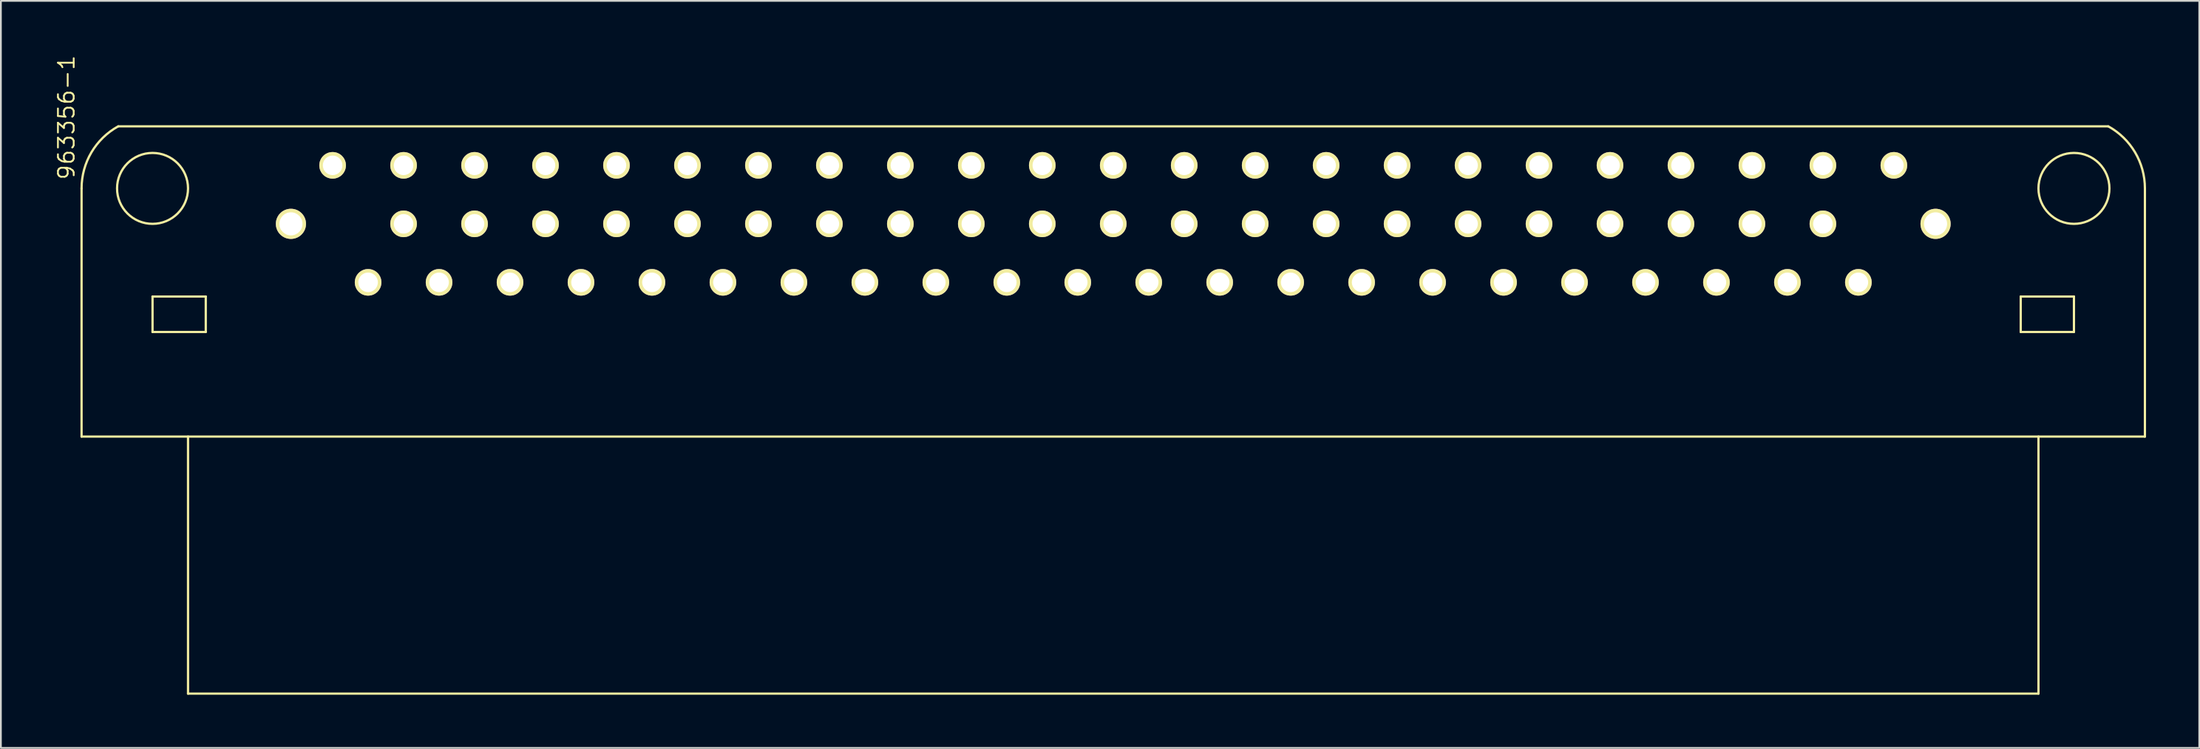
<source format=kicad_pcb>
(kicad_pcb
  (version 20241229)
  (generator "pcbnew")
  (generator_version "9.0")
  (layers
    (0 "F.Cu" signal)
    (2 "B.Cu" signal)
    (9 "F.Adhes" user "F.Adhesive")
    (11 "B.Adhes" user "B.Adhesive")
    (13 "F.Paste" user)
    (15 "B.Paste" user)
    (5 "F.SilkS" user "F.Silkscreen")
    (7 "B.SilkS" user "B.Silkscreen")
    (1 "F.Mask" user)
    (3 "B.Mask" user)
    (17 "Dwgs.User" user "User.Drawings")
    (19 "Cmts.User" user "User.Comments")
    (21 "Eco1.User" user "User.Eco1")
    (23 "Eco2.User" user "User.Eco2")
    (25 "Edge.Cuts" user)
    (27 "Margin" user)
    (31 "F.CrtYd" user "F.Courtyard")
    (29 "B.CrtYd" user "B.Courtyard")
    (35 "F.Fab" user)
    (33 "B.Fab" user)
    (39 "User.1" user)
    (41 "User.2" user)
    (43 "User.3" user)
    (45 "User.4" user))
  (footprint "963356-1"
    (layer "F.Cu")
    (at 59.698 9.577)
    (property "Reference" "963356-1" (at -59 -6 90) (layer "F.SilkS") (effects (font (size 0.889 0.889) (thickness 0.102))))
    (attr through_hole)
    (fp_line (start -58.15 12) (end -58.15 -2) (stroke (width 0.127) (type solid)) (layer "F.SilkS"))
    (fp_line (start -54.15 4.1) (end -54.15 6.1) (stroke (width 0.127) (type solid)) (layer "F.SilkS"))
    (fp_line (start -54.15 6.1) (end -51.15 6.1) (stroke (width 0.127) (type solid)) (layer "F.SilkS"))
    (fp_line (start -52.15 12) (end -52.15 26.5) (stroke (width 0.127) (type solid)) (layer "F.SilkS"))
    (fp_line (start -52.15 26.5) (end 52.15 26.5) (stroke (width 0.127) (type solid)) (layer "F.SilkS"))
    (fp_line (start -51.15 4.1) (end -54.15 4.1) (stroke (width 0.127) (type solid)) (layer "F.SilkS"))
    (fp_line (start -51.15 6.1) (end -51.15 4.1) (stroke (width 0.127) (type solid)) (layer "F.SilkS"))
    (fp_line (start 51.15 4.1) (end 54.15 4.1) (stroke (width 0.127) (type solid)) (layer "F.SilkS"))
    (fp_line (start 51.15 6.1) (end 51.15 4.1) (stroke (width 0.127) (type solid)) (layer "F.SilkS"))
    (fp_line (start 52.15 12) (end 52.15 26.5) (stroke (width 0.127) (type solid)) (layer "F.SilkS"))
    (fp_line (start 54.15 4.1) (end 54.15 6.1) (stroke (width 0.127) (type solid)) (layer "F.SilkS"))
    (fp_line (start 54.15 6.1) (end 51.15 6.1) (stroke (width 0.127) (type solid)) (layer "F.SilkS"))
    (fp_line (start 56.07 -5.5) (end -56.07 -5.5) (stroke (width 0.127) (type solid)) (layer "F.SilkS"))
    (fp_line (start 58.15 -2) (end 58.15 12) (stroke (width 0.127) (type solid)) (layer "F.SilkS"))
    (fp_line (start 58.15 12) (end -58.15 12) (stroke (width 0.127) (type solid)) (layer "F.SilkS"))
    (fp_arc (start -58.15 -2) (mid -57.596517 -4.030154) (end -56.089238 -5.498479) (stroke (width 0.127) (type solid)) (layer "F.SilkS"))
    (fp_arc (start 56.089238 -5.498479) (mid 57.596516 -4.030154) (end 58.15 -2) (stroke (width 0.127) (type solid)) (layer "F.SilkS"))
    (fp_circle (center -54.15 -2) (end -54.15 -4) (stroke (width 0.127) (type solid)) (fill no) (layer "F.SilkS"))
    (fp_circle (center 54.15 -2) (end 54.15 -4) (stroke (width 0.127) (type solid)) (fill no) (layer "F.SilkS"))
    (pad "1" thru_hole circle (at -46.35 0) (size 1.7 1.7) (drill 1.3) (layers "*.Cu" "*.Mask" "F.SilkS"))
    (pad "2" thru_hole circle (at -40 0) (size 1.5 1.5) (drill 1.101) (layers "*.Cu" "*.Mask" "F.SilkS"))
    (pad "3" thru_hole circle (at -36 0) (size 1.5 1.5) (drill 1.101) (layers "*.Cu" "*.Mask" "F.SilkS"))
    (pad "4" thru_hole circle (at -32 0) (size 1.5 1.5) (drill 1.101) (layers "*.Cu" "*.Mask" "F.SilkS"))
    (pad "5" thru_hole circle (at -28 0) (size 1.5 1.5) (drill 1.101) (layers "*.Cu" "*.Mask" "F.SilkS"))
    (pad "6" thru_hole circle (at -24 0) (size 1.5 1.5) (drill 1.101) (layers "*.Cu" "*.Mask" "F.SilkS"))
    (pad "7" thru_hole circle (at -20 0) (size 1.5 1.5) (drill 1.101) (layers "*.Cu" "*.Mask" "F.SilkS"))
    (pad "8" thru_hole circle (at -16 0) (size 1.5 1.5) (drill 1.101) (layers "*.Cu" "*.Mask" "F.SilkS"))
    (pad "9" thru_hole circle (at -12 0) (size 1.5 1.5) (drill 1.101) (layers "*.Cu" "*.Mask" "F.SilkS"))
    (pad "10" thru_hole circle (at -8 0) (size 1.5 1.5) (drill 1.101) (layers "*.Cu" "*.Mask" "F.SilkS"))
    (pad "11" thru_hole circle (at -4 0) (size 1.5 1.5) (drill 1.101) (layers "*.Cu" "*.Mask" "F.SilkS"))
    (pad "12" thru_hole circle (at 0 0) (size 1.5 1.5) (drill 1.101) (layers "*.Cu" "*.Mask" "F.SilkS"))
    (pad "13" thru_hole circle (at 4 0) (size 1.5 1.5) (drill 1.101) (layers "*.Cu" "*.Mask" "F.SilkS"))
    (pad "14" thru_hole circle (at 8 0) (size 1.5 1.5) (drill 1.101) (layers "*.Cu" "*.Mask" "F.SilkS"))
    (pad "15" thru_hole circle (at 12 0) (size 1.5 1.5) (drill 1.101) (layers "*.Cu" "*.Mask" "F.SilkS"))
    (pad "16" thru_hole circle (at 16 0) (size 1.5 1.5) (drill 1.101) (layers "*.Cu" "*.Mask" "F.SilkS"))
    (pad "17" thru_hole circle (at 20 0) (size 1.5 1.5) (drill 1.101) (layers "*.Cu" "*.Mask" "F.SilkS"))
    (pad "18" thru_hole circle (at 24 0) (size 1.5 1.5) (drill 1.101) (layers "*.Cu" "*.Mask" "F.SilkS"))
    (pad "19" thru_hole circle (at 28 0) (size 1.5 1.5) (drill 1.101) (layers "*.Cu" "*.Mask" "F.SilkS"))
    (pad "20" thru_hole circle (at 32 0) (size 1.5 1.5) (drill 1.101) (layers "*.Cu" "*.Mask" "F.SilkS"))
    (pad "21" thru_hole circle (at 36 0) (size 1.5 1.5) (drill 1.101) (layers "*.Cu" "*.Mask" "F.SilkS"))
    (pad "22" thru_hole circle (at 40 0) (size 1.5 1.5) (drill 1.101) (layers "*.Cu" "*.Mask" "F.SilkS"))
    (pad "23" thru_hole circle (at 46.35 0) (size 1.7 1.7) (drill 1.3) (layers "*.Cu" "*.Mask" "F.SilkS"))
    (pad "24" thru_hole circle (at -42 3.3 180) (size 1.5 1.5) (drill 1.101) (layers "*.Cu" "*.Mask" "F.SilkS"))
    (pad "25" thru_hole circle (at -38 3.3 180) (size 1.5 1.5) (drill 1.101) (layers "*.Cu" "*.Mask" "F.SilkS"))
    (pad "26" thru_hole circle (at -34 3.3 180) (size 1.5 1.5) (drill 1.101) (layers "*.Cu" "*.Mask" "F.SilkS"))
    (pad "27" thru_hole circle (at -30 3.3 180) (size 1.5 1.5) (drill 1.101) (layers "*.Cu" "*.Mask" "F.SilkS"))
    (pad "28" thru_hole circle (at -26 3.3 180) (size 1.5 1.5) (drill 1.101) (layers "*.Cu" "*.Mask" "F.SilkS"))
    (pad "29" thru_hole circle (at -22 3.3 180) (size 1.5 1.5) (drill 1.101) (layers "*.Cu" "*.Mask" "F.SilkS"))
    (pad "30" thru_hole circle (at -18 3.3 180) (size 1.5 1.5) (drill 1.101) (layers "*.Cu" "*.Mask" "F.SilkS"))
    (pad "31" thru_hole circle (at -14 3.3 180) (size 1.5 1.5) (drill 1.101) (layers "*.Cu" "*.Mask" "F.SilkS"))
    (pad "32" thru_hole circle (at -10 3.3 180) (size 1.5 1.5) (drill 1.101) (layers "*.Cu" "*.Mask" "F.SilkS"))
    (pad "33" thru_hole circle (at -6 3.3 180) (size 1.5 1.5) (drill 1.101) (layers "*.Cu" "*.Mask" "F.SilkS"))
    (pad "34" thru_hole circle (at -2 3.3 180) (size 1.5 1.5) (drill 1.101) (layers "*.Cu" "*.Mask" "F.SilkS"))
    (pad "35" thru_hole circle (at 2 3.3 180) (size 1.5 1.5) (drill 1.101) (layers "*.Cu" "*.Mask" "F.SilkS"))
    (pad "36" thru_hole circle (at 6 3.3 180) (size 1.5 1.5) (drill 1.101) (layers "*.Cu" "*.Mask" "F.SilkS"))
    (pad "37" thru_hole circle (at 10 3.3 180) (size 1.5 1.5) (drill 1.101) (layers "*.Cu" "*.Mask" "F.SilkS"))
    (pad "38" thru_hole circle (at 14 3.3 180) (size 1.5 1.5) (drill 1.101) (layers "*.Cu" "*.Mask" "F.SilkS"))
    (pad "39" thru_hole circle (at 18 3.3 180) (size 1.5 1.5) (drill 1.101) (layers "*.Cu" "*.Mask" "F.SilkS"))
    (pad "40" thru_hole circle (at 22 3.3 180) (size 1.5 1.5) (drill 1.101) (layers "*.Cu" "*.Mask" "F.SilkS"))
    (pad "41" thru_hole circle (at 26 3.3 180) (size 1.5 1.5) (drill 1.101) (layers "*.Cu" "*.Mask" "F.SilkS"))
    (pad "42" thru_hole circle (at 30 3.3 180) (size 1.5 1.5) (drill 1.101) (layers "*.Cu" "*.Mask" "F.SilkS"))
    (pad "43" thru_hole circle (at 34 3.3 180) (size 1.5 1.5) (drill 1.101) (layers "*.Cu" "*.Mask" "F.SilkS"))
    (pad "44" thru_hole circle (at 38 3.3 180) (size 1.5 1.5) (drill 1.101) (layers "*.Cu" "*.Mask" "F.SilkS"))
    (pad "45" thru_hole circle (at 42 3.3 180) (size 1.5 1.5) (drill 1.101) (layers "*.Cu" "*.Mask" "F.SilkS"))
    (pad "46" thru_hole circle (at -44 -3.3 180) (size 1.5 1.5) (drill 1.101) (layers "*.Cu" "*.Mask" "F.SilkS"))
    (pad "47" thru_hole circle (at -40 -3.3 180) (size 1.5 1.5) (drill 1.101) (layers "*.Cu" "*.Mask" "F.SilkS"))
    (pad "48" thru_hole circle (at -36 -3.3 180) (size 1.5 1.5) (drill 1.101) (layers "*.Cu" "*.Mask" "F.SilkS"))
    (pad "49" thru_hole circle (at -32 -3.3 180) (size 1.5 1.5) (drill 1.101) (layers "*.Cu" "*.Mask" "F.SilkS"))
    (pad "50" thru_hole circle (at -28 -3.3 180) (size 1.5 1.5) (drill 1.101) (layers "*.Cu" "*.Mask" "F.SilkS"))
    (pad "51" thru_hole circle (at -24 -3.3 180) (size 1.5 1.5) (drill 1.101) (layers "*.Cu" "*.Mask" "F.SilkS"))
    (pad "52" thru_hole circle (at -20 -3.3 180) (size 1.5 1.5) (drill 1.101) (layers "*.Cu" "*.Mask" "F.SilkS"))
    (pad "53" thru_hole circle (at -16 -3.3 180) (size 1.5 1.5) (drill 1.101) (layers "*.Cu" "*.Mask" "F.SilkS"))
    (pad "54" thru_hole circle (at -12 -3.3 180) (size 1.5 1.5) (drill 1.101) (layers "*.Cu" "*.Mask" "F.SilkS"))
    (pad "55" thru_hole circle (at -8 -3.3 180) (size 1.5 1.5) (drill 1.101) (layers "*.Cu" "*.Mask" "F.SilkS"))
    (pad "56" thru_hole circle (at -4 -3.3 180) (size 1.5 1.5) (drill 1.101) (layers "*.Cu" "*.Mask" "F.SilkS"))
    (pad "57" thru_hole circle (at 0 -3.3 180) (size 1.5 1.5) (drill 1.101) (layers "*.Cu" "*.Mask" "F.SilkS"))
    (pad "58" thru_hole circle (at 4 -3.3 180) (size 1.5 1.5) (drill 1.101) (layers "*.Cu" "*.Mask" "F.SilkS"))
    (pad "59" thru_hole circle (at 8 -3.3 180) (size 1.5 1.5) (drill 1.101) (layers "*.Cu" "*.Mask" "F.SilkS"))
    (pad "60" thru_hole circle (at 12 -3.3 180) (size 1.5 1.5) (drill 1.101) (layers "*.Cu" "*.Mask" "F.SilkS"))
    (pad "61" thru_hole circle (at 16 -3.3 180) (size 1.5 1.5) (drill 1.101) (layers "*.Cu" "*.Mask" "F.SilkS"))
    (pad "62" thru_hole circle (at 20 -3.3 180) (size 1.5 1.5) (drill 1.101) (layers "*.Cu" "*.Mask" "F.SilkS"))
    (pad "63" thru_hole circle (at 24 -3.3 180) (size 1.5 1.5) (drill 1.101) (layers "*.Cu" "*.Mask" "F.SilkS"))
    (pad "64" thru_hole circle (at 28 -3.3 180) (size 1.5 1.5) (drill 1.101) (layers "*.Cu" "*.Mask" "F.SilkS"))
    (pad "65" thru_hole circle (at 32 -3.3 180) (size 1.5 1.5) (drill 1.101) (layers "*.Cu" "*.Mask" "F.SilkS"))
    (pad "66" thru_hole circle (at 36 -3.3 180) (size 1.5 1.5) (drill 1.101) (layers "*.Cu" "*.Mask" "F.SilkS"))
    (pad "67" thru_hole circle (at 40 -3.3 180) (size 1.5 1.5) (drill 1.101) (layers "*.Cu" "*.Mask" "F.SilkS"))
    (pad "68" thru_hole circle (at 44 -3.3 180) (size 1.5 1.5) (drill 1.101) (layers "*.Cu" "*.Mask" "F.SilkS")))
  (gr_rect
    (start -3 -3)
    (end 120.912 39.141)
    (stroke (width 0.1) (type default))
    (fill no)
    (layer "Edge.Cuts")))
</source>
